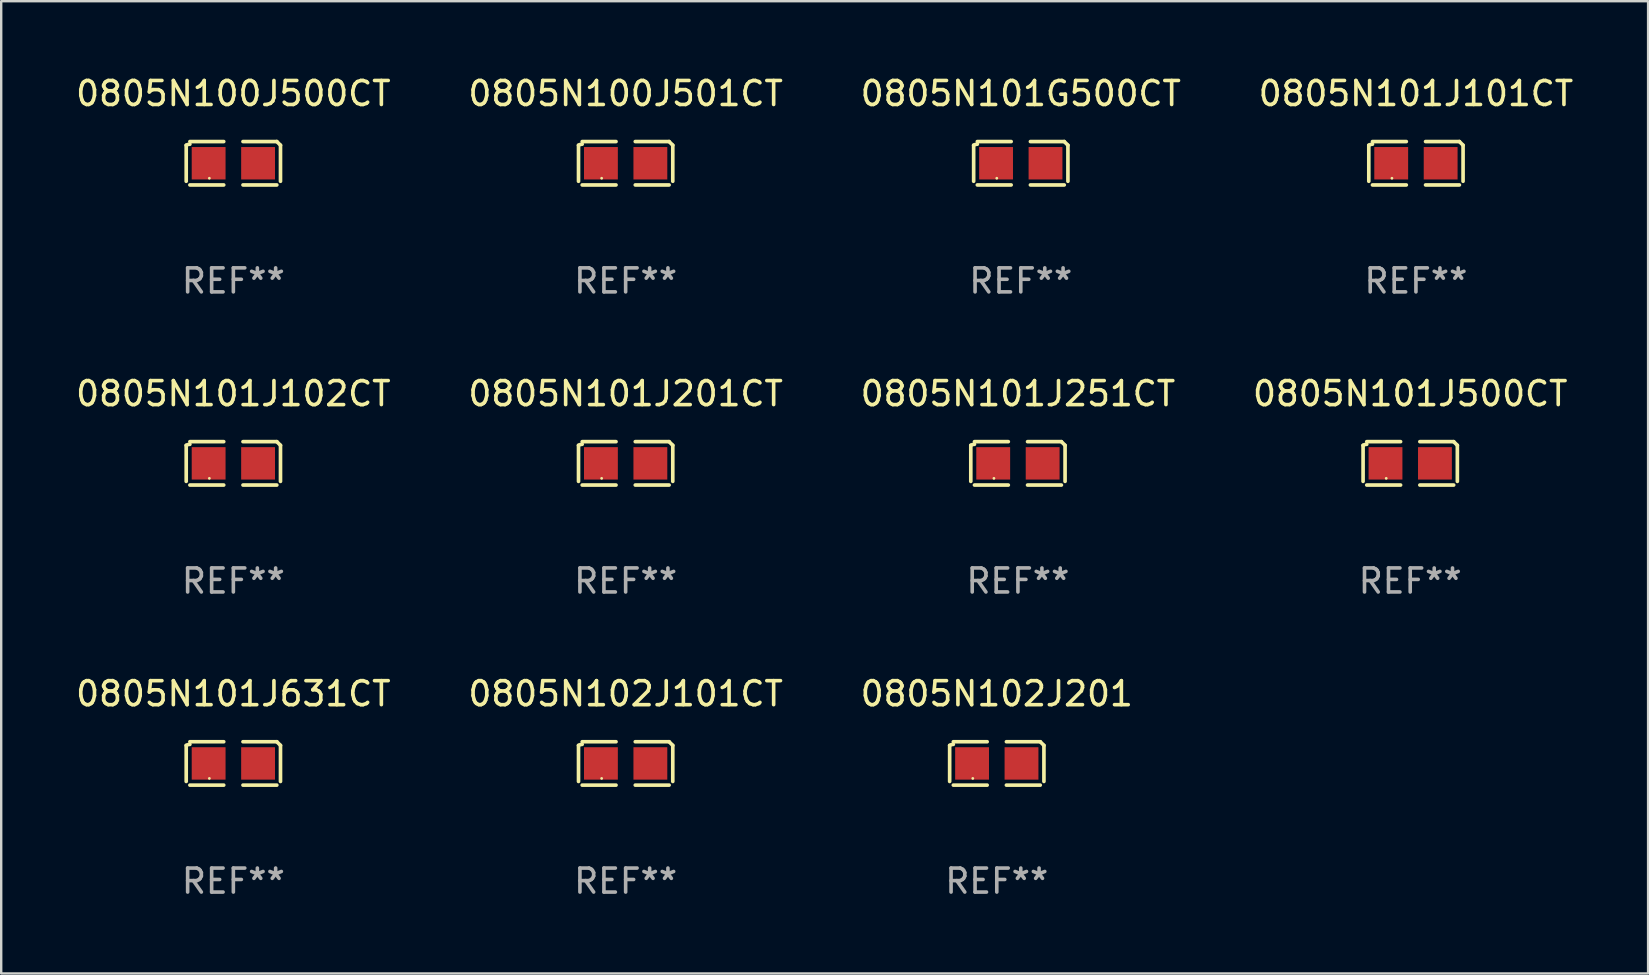
<source format=kicad_pcb>
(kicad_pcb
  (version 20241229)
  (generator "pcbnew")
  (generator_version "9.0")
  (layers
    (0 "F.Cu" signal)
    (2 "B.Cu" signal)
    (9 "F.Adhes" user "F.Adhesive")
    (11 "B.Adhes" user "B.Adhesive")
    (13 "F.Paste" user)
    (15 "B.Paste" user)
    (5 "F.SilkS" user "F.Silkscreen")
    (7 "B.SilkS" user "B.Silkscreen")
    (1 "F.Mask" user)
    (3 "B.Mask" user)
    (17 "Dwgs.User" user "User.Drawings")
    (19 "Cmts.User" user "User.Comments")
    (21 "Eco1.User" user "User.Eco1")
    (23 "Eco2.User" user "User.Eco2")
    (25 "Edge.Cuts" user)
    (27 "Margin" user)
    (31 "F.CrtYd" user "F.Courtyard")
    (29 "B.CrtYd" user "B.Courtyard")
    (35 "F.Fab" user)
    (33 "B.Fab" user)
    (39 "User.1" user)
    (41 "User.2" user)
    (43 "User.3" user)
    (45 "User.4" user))
  (footprint "0805N101J201CT"
    (layer "F.Cu")
    (at 23.018 16.256)
    (property "Reference" "0805N101J201CT" (at 0 -2.904 0) (layer "F.SilkS") (effects (font (size 1 1) (thickness 0.15))))
    (attr through_hole)
    (fp_line (start -1.964 0.751) (end -1.964 -0.751) (stroke (width 0.152) (type solid)) (layer "F.SilkS"))
    (fp_line (start -1.811 -0.904) (end -0.401 -0.904) (stroke (width 0.152) (type solid)) (layer "F.SilkS"))
    (fp_line (start -0.401 0.904) (end -1.811 0.904) (stroke (width 0.152) (type solid)) (layer "F.SilkS"))
    (fp_line (start 0.401 0.904) (end 1.811 0.904) (stroke (width 0.152) (type solid)) (layer "F.SilkS"))
    (fp_line (start 1.811 -0.904) (end 0.401 -0.904) (stroke (width 0.152) (type solid)) (layer "F.SilkS"))
    (fp_line (start 1.964 0.751) (end 1.964 -0.751) (stroke (width 0.152) (type solid)) (layer "F.SilkS"))
    (fp_arc (start -1.963602 -0.751207) (mid -1.890354 -0.783131) (end -1.811201 -0.794044) (stroke (width 0.1524) (type solid)) (layer "F.SilkS"))
    (fp_arc (start 1.811202 -0.903607) (mid 1.887413 -0.827418) (end 1.963602 -0.751207) (stroke (width 0.1524) (type solid)) (layer "F.SilkS"))
    (fp_circle (center -1 0.625) (end -0.97 0.625) (stroke (width 0.06) (type solid)) (fill no) (layer "F.SilkS"))
    (fp_text user "REF**" (at 0 4.904 0) (layer "F.Fab") (effects (font (size 1 1) (thickness 0.15))))
    (pad "1" smd rect (at -1.03 0) (size 1.41 1.35) (layers "F.Cu" "F.Mask" "F.Paste"))
    (pad "2" smd rect (at 1.03 0) (size 1.41 1.35) (layers "F.Cu" "F.Mask" "F.Paste")))
  (footprint "0805N101J500CT"
    (layer "F.Cu")
    (at 55.708 16.256)
    (property "Reference" "0805N101J500CT" (at 0 -2.904 0) (layer "F.SilkS") (effects (font (size 1 1) (thickness 0.15))))
    (attr through_hole)
    (fp_line (start -1.964 0.751) (end -1.964 -0.751) (stroke (width 0.152) (type solid)) (layer "F.SilkS"))
    (fp_line (start -1.811 -0.904) (end -0.401 -0.904) (stroke (width 0.152) (type solid)) (layer "F.SilkS"))
    (fp_line (start -0.401 0.904) (end -1.811 0.904) (stroke (width 0.152) (type solid)) (layer "F.SilkS"))
    (fp_line (start 0.401 0.904) (end 1.811 0.904) (stroke (width 0.152) (type solid)) (layer "F.SilkS"))
    (fp_line (start 1.811 -0.904) (end 0.401 -0.904) (stroke (width 0.152) (type solid)) (layer "F.SilkS"))
    (fp_line (start 1.964 0.751) (end 1.964 -0.751) (stroke (width 0.152) (type solid)) (layer "F.SilkS"))
    (fp_arc (start -1.963602 -0.751207) (mid -1.890354 -0.783131) (end -1.811201 -0.794044) (stroke (width 0.1524) (type solid)) (layer "F.SilkS"))
    (fp_arc (start 1.811202 -0.903607) (mid 1.887413 -0.827418) (end 1.963602 -0.751207) (stroke (width 0.1524) (type solid)) (layer "F.SilkS"))
    (fp_circle (center -1 0.625) (end -0.97 0.625) (stroke (width 0.06) (type solid)) (fill no) (layer "F.SilkS"))
    (fp_text user "REF**" (at 0 4.904 0) (layer "F.Fab") (effects (font (size 1 1) (thickness 0.15))))
    (pad "1" smd rect (at -1.03 0) (size 1.41 1.35) (layers "F.Cu" "F.Mask" "F.Paste"))
    (pad "2" smd rect (at 1.03 0) (size 1.41 1.35) (layers "F.Cu" "F.Mask" "F.Paste")))
  (footprint "0805N102J201"
    (layer "F.Cu")
    (at 38.482 28.759)
    (property "Reference" "0805N102J201" (at 0 -2.904 0) (layer "F.SilkS") (effects (font (size 1 1) (thickness 0.15))))
    (attr through_hole)
    (fp_line (start -1.964 0.751) (end -1.964 -0.751) (stroke (width 0.152) (type solid)) (layer "F.SilkS"))
    (fp_line (start -1.811 -0.904) (end -0.401 -0.904) (stroke (width 0.152) (type solid)) (layer "F.SilkS"))
    (fp_line (start -0.401 0.904) (end -1.811 0.904) (stroke (width 0.152) (type solid)) (layer "F.SilkS"))
    (fp_line (start 0.401 0.904) (end 1.811 0.904) (stroke (width 0.152) (type solid)) (layer "F.SilkS"))
    (fp_line (start 1.811 -0.904) (end 0.401 -0.904) (stroke (width 0.152) (type solid)) (layer "F.SilkS"))
    (fp_line (start 1.964 0.751) (end 1.964 -0.751) (stroke (width 0.152) (type solid)) (layer "F.SilkS"))
    (fp_arc (start -1.963602 -0.751207) (mid -1.890354 -0.783131) (end -1.811201 -0.794044) (stroke (width 0.1524) (type solid)) (layer "F.SilkS"))
    (fp_arc (start 1.811202 -0.903607) (mid 1.887413 -0.827418) (end 1.963602 -0.751207) (stroke (width 0.1524) (type solid)) (layer "F.SilkS"))
    (fp_circle (center -1 0.625) (end -0.97 0.625) (stroke (width 0.06) (type solid)) (fill no) (layer "F.SilkS"))
    (fp_text user "REF**" (at 0 4.904 0) (layer "F.Fab") (effects (font (size 1 1) (thickness 0.15))))
    (pad "1" smd rect (at -1.03 0) (size 1.41 1.35) (layers "F.Cu" "F.Mask" "F.Paste"))
    (pad "2" smd rect (at 1.03 0) (size 1.41 1.35) (layers "F.Cu" "F.Mask" "F.Paste")))
  (footprint "0805N100J501CT"
    (layer "F.Cu")
    (at 23.018 3.752)
    (property "Reference" "0805N100J501CT" (at 0 -2.904 0) (layer "F.SilkS") (effects (font (size 1 1) (thickness 0.15))))
    (attr through_hole)
    (fp_line (start -1.964 0.751) (end -1.964 -0.751) (stroke (width 0.152) (type solid)) (layer "F.SilkS"))
    (fp_line (start -1.811 -0.904) (end -0.401 -0.904) (stroke (width 0.152) (type solid)) (layer "F.SilkS"))
    (fp_line (start -0.401 0.904) (end -1.811 0.904) (stroke (width 0.152) (type solid)) (layer "F.SilkS"))
    (fp_line (start 0.401 0.904) (end 1.811 0.904) (stroke (width 0.152) (type solid)) (layer "F.SilkS"))
    (fp_line (start 1.811 -0.904) (end 0.401 -0.904) (stroke (width 0.152) (type solid)) (layer "F.SilkS"))
    (fp_line (start 1.964 0.751) (end 1.964 -0.751) (stroke (width 0.152) (type solid)) (layer "F.SilkS"))
    (fp_arc (start -1.963602 -0.751207) (mid -1.890354 -0.783131) (end -1.811201 -0.794044) (stroke (width 0.1524) (type solid)) (layer "F.SilkS"))
    (fp_arc (start 1.811202 -0.903607) (mid 1.887413 -0.827418) (end 1.963602 -0.751207) (stroke (width 0.1524) (type solid)) (layer "F.SilkS"))
    (fp_circle (center -1 0.625) (end -0.97 0.625) (stroke (width 0.06) (type solid)) (fill no) (layer "F.SilkS"))
    (fp_text user "REF**" (at 0 4.904 0) (layer "F.Fab") (effects (font (size 1 1) (thickness 0.15))))
    (pad "1" smd rect (at -1.03 0) (size 1.41 1.35) (layers "F.Cu" "F.Mask" "F.Paste"))
    (pad "2" smd rect (at 1.03 0) (size 1.41 1.35) (layers "F.Cu" "F.Mask" "F.Paste")))
  (footprint "0805N102J101CT"
    (layer "F.Cu")
    (at 23.018 28.759)
    (property "Reference" "0805N102J101CT" (at 0 -2.904 0) (layer "F.SilkS") (effects (font (size 1 1) (thickness 0.15))))
    (attr through_hole)
    (fp_line (start -1.964 0.751) (end -1.964 -0.751) (stroke (width 0.152) (type solid)) (layer "F.SilkS"))
    (fp_line (start -1.811 -0.904) (end -0.401 -0.904) (stroke (width 0.152) (type solid)) (layer "F.SilkS"))
    (fp_line (start -0.401 0.904) (end -1.811 0.904) (stroke (width 0.152) (type solid)) (layer "F.SilkS"))
    (fp_line (start 0.401 0.904) (end 1.811 0.904) (stroke (width 0.152) (type solid)) (layer "F.SilkS"))
    (fp_line (start 1.811 -0.904) (end 0.401 -0.904) (stroke (width 0.152) (type solid)) (layer "F.SilkS"))
    (fp_line (start 1.964 0.751) (end 1.964 -0.751) (stroke (width 0.152) (type solid)) (layer "F.SilkS"))
    (fp_arc (start -1.963602 -0.751207) (mid -1.890354 -0.783131) (end -1.811201 -0.794044) (stroke (width 0.1524) (type solid)) (layer "F.SilkS"))
    (fp_arc (start 1.811202 -0.903607) (mid 1.887413 -0.827418) (end 1.963602 -0.751207) (stroke (width 0.1524) (type solid)) (layer "F.SilkS"))
    (fp_circle (center -1 0.625) (end -0.97 0.625) (stroke (width 0.06) (type solid)) (fill no) (layer "F.SilkS"))
    (fp_text user "REF**" (at 0 4.904 0) (layer "F.Fab") (effects (font (size 1 1) (thickness 0.15))))
    (pad "1" smd rect (at -1.03 0) (size 1.41 1.35) (layers "F.Cu" "F.Mask" "F.Paste"))
    (pad "2" smd rect (at 1.03 0) (size 1.41 1.35) (layers "F.Cu" "F.Mask" "F.Paste")))
  (footprint "0805N101J102CT"
    (layer "F.Cu")
    (at 6.673 16.256)
    (property "Reference" "0805N101J102CT" (at 0 -2.904 0) (layer "F.SilkS") (effects (font (size 1 1) (thickness 0.15))))
    (attr through_hole)
    (fp_line (start -1.964 0.751) (end -1.964 -0.751) (stroke (width 0.152) (type solid)) (layer "F.SilkS"))
    (fp_line (start -1.811 -0.904) (end -0.401 -0.904) (stroke (width 0.152) (type solid)) (layer "F.SilkS"))
    (fp_line (start -0.401 0.904) (end -1.811 0.904) (stroke (width 0.152) (type solid)) (layer "F.SilkS"))
    (fp_line (start 0.401 0.904) (end 1.811 0.904) (stroke (width 0.152) (type solid)) (layer "F.SilkS"))
    (fp_line (start 1.811 -0.904) (end 0.401 -0.904) (stroke (width 0.152) (type solid)) (layer "F.SilkS"))
    (fp_line (start 1.964 0.751) (end 1.964 -0.751) (stroke (width 0.152) (type solid)) (layer "F.SilkS"))
    (fp_arc (start -1.963602 -0.751207) (mid -1.890354 -0.783131) (end -1.811201 -0.794044) (stroke (width 0.1524) (type solid)) (layer "F.SilkS"))
    (fp_arc (start 1.811202 -0.903607) (mid 1.887413 -0.827418) (end 1.963602 -0.751207) (stroke (width 0.1524) (type solid)) (layer "F.SilkS"))
    (fp_circle (center -1 0.625) (end -0.97 0.625) (stroke (width 0.06) (type solid)) (fill no) (layer "F.SilkS"))
    (fp_text user "REF**" (at 0 4.904 0) (layer "F.Fab") (effects (font (size 1 1) (thickness 0.15))))
    (pad "1" smd rect (at -1.03 0) (size 1.41 1.35) (layers "F.Cu" "F.Mask" "F.Paste"))
    (pad "2" smd rect (at 1.03 0) (size 1.41 1.35) (layers "F.Cu" "F.Mask" "F.Paste")))
  (footprint "0805N101J631CT"
    (layer "F.Cu")
    (at 6.673 28.759)
    (property "Reference" "0805N101J631CT" (at 0 -2.904 0) (layer "F.SilkS") (effects (font (size 1 1) (thickness 0.15))))
    (attr through_hole)
    (fp_line (start -1.964 0.751) (end -1.964 -0.751) (stroke (width 0.152) (type solid)) (layer "F.SilkS"))
    (fp_line (start -1.811 -0.904) (end -0.401 -0.904) (stroke (width 0.152) (type solid)) (layer "F.SilkS"))
    (fp_line (start -0.401 0.904) (end -1.811 0.904) (stroke (width 0.152) (type solid)) (layer "F.SilkS"))
    (fp_line (start 0.401 0.904) (end 1.811 0.904) (stroke (width 0.152) (type solid)) (layer "F.SilkS"))
    (fp_line (start 1.811 -0.904) (end 0.401 -0.904) (stroke (width 0.152) (type solid)) (layer "F.SilkS"))
    (fp_line (start 1.964 0.751) (end 1.964 -0.751) (stroke (width 0.152) (type solid)) (layer "F.SilkS"))
    (fp_arc (start -1.963602 -0.751207) (mid -1.890354 -0.783131) (end -1.811201 -0.794044) (stroke (width 0.1524) (type solid)) (layer "F.SilkS"))
    (fp_arc (start 1.811202 -0.903607) (mid 1.887413 -0.827418) (end 1.963602 -0.751207) (stroke (width 0.1524) (type solid)) (layer "F.SilkS"))
    (fp_circle (center -1 0.625) (end -0.97 0.625) (stroke (width 0.06) (type solid)) (fill no) (layer "F.SilkS"))
    (fp_text user "REF**" (at 0 4.904 0) (layer "F.Fab") (effects (font (size 1 1) (thickness 0.15))))
    (pad "1" smd rect (at -1.03 0) (size 1.41 1.35) (layers "F.Cu" "F.Mask" "F.Paste"))
    (pad "2" smd rect (at 1.03 0) (size 1.41 1.35) (layers "F.Cu" "F.Mask" "F.Paste")))
  (footprint "0805N101J251CT"
    (layer "F.Cu")
    (at 39.363 16.256)
    (property "Reference" "0805N101J251CT" (at 0 -2.904 0) (layer "F.SilkS") (effects (font (size 1 1) (thickness 0.15))))
    (attr through_hole)
    (fp_line (start -1.964 0.751) (end -1.964 -0.751) (stroke (width 0.152) (type solid)) (layer "F.SilkS"))
    (fp_line (start -1.811 -0.904) (end -0.401 -0.904) (stroke (width 0.152) (type solid)) (layer "F.SilkS"))
    (fp_line (start -0.401 0.904) (end -1.811 0.904) (stroke (width 0.152) (type solid)) (layer "F.SilkS"))
    (fp_line (start 0.401 0.904) (end 1.811 0.904) (stroke (width 0.152) (type solid)) (layer "F.SilkS"))
    (fp_line (start 1.811 -0.904) (end 0.401 -0.904) (stroke (width 0.152) (type solid)) (layer "F.SilkS"))
    (fp_line (start 1.964 0.751) (end 1.964 -0.751) (stroke (width 0.152) (type solid)) (layer "F.SilkS"))
    (fp_arc (start -1.963602 -0.751207) (mid -1.890354 -0.783131) (end -1.811201 -0.794044) (stroke (width 0.1524) (type solid)) (layer "F.SilkS"))
    (fp_arc (start 1.811202 -0.903607) (mid 1.887413 -0.827418) (end 1.963602 -0.751207) (stroke (width 0.1524) (type solid)) (layer "F.SilkS"))
    (fp_circle (center -1 0.625) (end -0.97 0.625) (stroke (width 0.06) (type solid)) (fill no) (layer "F.SilkS"))
    (fp_text user "REF**" (at 0 4.904 0) (layer "F.Fab") (effects (font (size 1 1) (thickness 0.15))))
    (pad "1" smd rect (at -1.03 0) (size 1.41 1.35) (layers "F.Cu" "F.Mask" "F.Paste"))
    (pad "2" smd rect (at 1.03 0) (size 1.41 1.35) (layers "F.Cu" "F.Mask" "F.Paste")))
  (footprint "0805N101G500CT"
    (layer "F.Cu")
    (at 39.482 3.752)
    (property "Reference" "0805N101G500CT" (at 0 -2.904 0) (layer "F.SilkS") (effects (font (size 1 1) (thickness 0.15))))
    (attr through_hole)
    (fp_line (start -1.964 0.751) (end -1.964 -0.751) (stroke (width 0.152) (type solid)) (layer "F.SilkS"))
    (fp_line (start -1.811 -0.904) (end -0.401 -0.904) (stroke (width 0.152) (type solid)) (layer "F.SilkS"))
    (fp_line (start -0.401 0.904) (end -1.811 0.904) (stroke (width 0.152) (type solid)) (layer "F.SilkS"))
    (fp_line (start 0.401 0.904) (end 1.811 0.904) (stroke (width 0.152) (type solid)) (layer "F.SilkS"))
    (fp_line (start 1.811 -0.904) (end 0.401 -0.904) (stroke (width 0.152) (type solid)) (layer "F.SilkS"))
    (fp_line (start 1.964 0.751) (end 1.964 -0.751) (stroke (width 0.152) (type solid)) (layer "F.SilkS"))
    (fp_arc (start -1.963602 -0.751207) (mid -1.890354 -0.783131) (end -1.811201 -0.794044) (stroke (width 0.1524) (type solid)) (layer "F.SilkS"))
    (fp_arc (start 1.811202 -0.903607) (mid 1.887413 -0.827418) (end 1.963602 -0.751207) (stroke (width 0.1524) (type solid)) (layer "F.SilkS"))
    (fp_circle (center -1 0.625) (end -0.97 0.625) (stroke (width 0.06) (type solid)) (fill no) (layer "F.SilkS"))
    (fp_text user "REF**" (at 0 4.904 0) (layer "F.Fab") (effects (font (size 1 1) (thickness 0.15))))
    (pad "1" smd rect (at -1.03 0) (size 1.41 1.35) (layers "F.Cu" "F.Mask" "F.Paste"))
    (pad "2" smd rect (at 1.03 0) (size 1.41 1.35) (layers "F.Cu" "F.Mask" "F.Paste")))
  (footprint "0805N101J101CT"
    (layer "F.Cu")
    (at 55.946 3.752)
    (property "Reference" "0805N101J101CT" (at 0 -2.904 0) (layer "F.SilkS") (effects (font (size 1 1) (thickness 0.15))))
    (attr through_hole)
    (fp_line (start -1.964 0.751) (end -1.964 -0.751) (stroke (width 0.152) (type solid)) (layer "F.SilkS"))
    (fp_line (start -1.811 -0.904) (end -0.401 -0.904) (stroke (width 0.152) (type solid)) (layer "F.SilkS"))
    (fp_line (start -0.401 0.904) (end -1.811 0.904) (stroke (width 0.152) (type solid)) (layer "F.SilkS"))
    (fp_line (start 0.401 0.904) (end 1.811 0.904) (stroke (width 0.152) (type solid)) (layer "F.SilkS"))
    (fp_line (start 1.811 -0.904) (end 0.401 -0.904) (stroke (width 0.152) (type solid)) (layer "F.SilkS"))
    (fp_line (start 1.964 0.751) (end 1.964 -0.751) (stroke (width 0.152) (type solid)) (layer "F.SilkS"))
    (fp_arc (start -1.963602 -0.751207) (mid -1.890354 -0.783131) (end -1.811201 -0.794044) (stroke (width 0.1524) (type solid)) (layer "F.SilkS"))
    (fp_arc (start 1.811202 -0.903607) (mid 1.887413 -0.827418) (end 1.963602 -0.751207) (stroke (width 0.1524) (type solid)) (layer "F.SilkS"))
    (fp_circle (center -1 0.625) (end -0.97 0.625) (stroke (width 0.06) (type solid)) (fill no) (layer "F.SilkS"))
    (fp_text user "REF**" (at 0 4.904 0) (layer "F.Fab") (effects (font (size 1 1) (thickness 0.15))))
    (pad "1" smd rect (at -1.03 0) (size 1.41 1.35) (layers "F.Cu" "F.Mask" "F.Paste"))
    (pad "2" smd rect (at 1.03 0) (size 1.41 1.35) (layers "F.Cu" "F.Mask" "F.Paste")))
  (footprint "0805N100J500CT"
    (layer "F.Cu")
    (at 6.673 3.752)
    (property "Reference" "0805N100J500CT" (at 0 -2.904 0) (layer "F.SilkS") (effects (font (size 1 1) (thickness 0.15))))
    (attr through_hole)
    (fp_line (start -1.964 0.751) (end -1.964 -0.751) (stroke (width 0.152) (type solid)) (layer "F.SilkS"))
    (fp_line (start -1.811 -0.904) (end -0.401 -0.904) (stroke (width 0.152) (type solid)) (layer "F.SilkS"))
    (fp_line (start -0.401 0.904) (end -1.811 0.904) (stroke (width 0.152) (type solid)) (layer "F.SilkS"))
    (fp_line (start 0.401 0.904) (end 1.811 0.904) (stroke (width 0.152) (type solid)) (layer "F.SilkS"))
    (fp_line (start 1.811 -0.904) (end 0.401 -0.904) (stroke (width 0.152) (type solid)) (layer "F.SilkS"))
    (fp_line (start 1.964 0.751) (end 1.964 -0.751) (stroke (width 0.152) (type solid)) (layer "F.SilkS"))
    (fp_arc (start -1.963602 -0.751207) (mid -1.890354 -0.783131) (end -1.811201 -0.794044) (stroke (width 0.1524) (type solid)) (layer "F.SilkS"))
    (fp_arc (start 1.811202 -0.903607) (mid 1.887413 -0.827418) (end 1.963602 -0.751207) (stroke (width 0.1524) (type solid)) (layer "F.SilkS"))
    (fp_circle (center -1 0.625) (end -0.97 0.625) (stroke (width 0.06) (type solid)) (fill no) (layer "F.SilkS"))
    (fp_text user "REF**" (at 0 4.904 0) (layer "F.Fab") (effects (font (size 1 1) (thickness 0.15))))
    (pad "1" smd rect (at -1.03 0) (size 1.41 1.35) (layers "F.Cu" "F.Mask" "F.Paste"))
    (pad "2" smd rect (at 1.03 0) (size 1.41 1.35) (layers "F.Cu" "F.Mask" "F.Paste")))
  (gr_rect
    (start -3 -3)
    (end 65.619 37.511)
    (stroke (width 0.1) (type default))
    (fill no)
    (layer "Edge.Cuts")))
</source>
